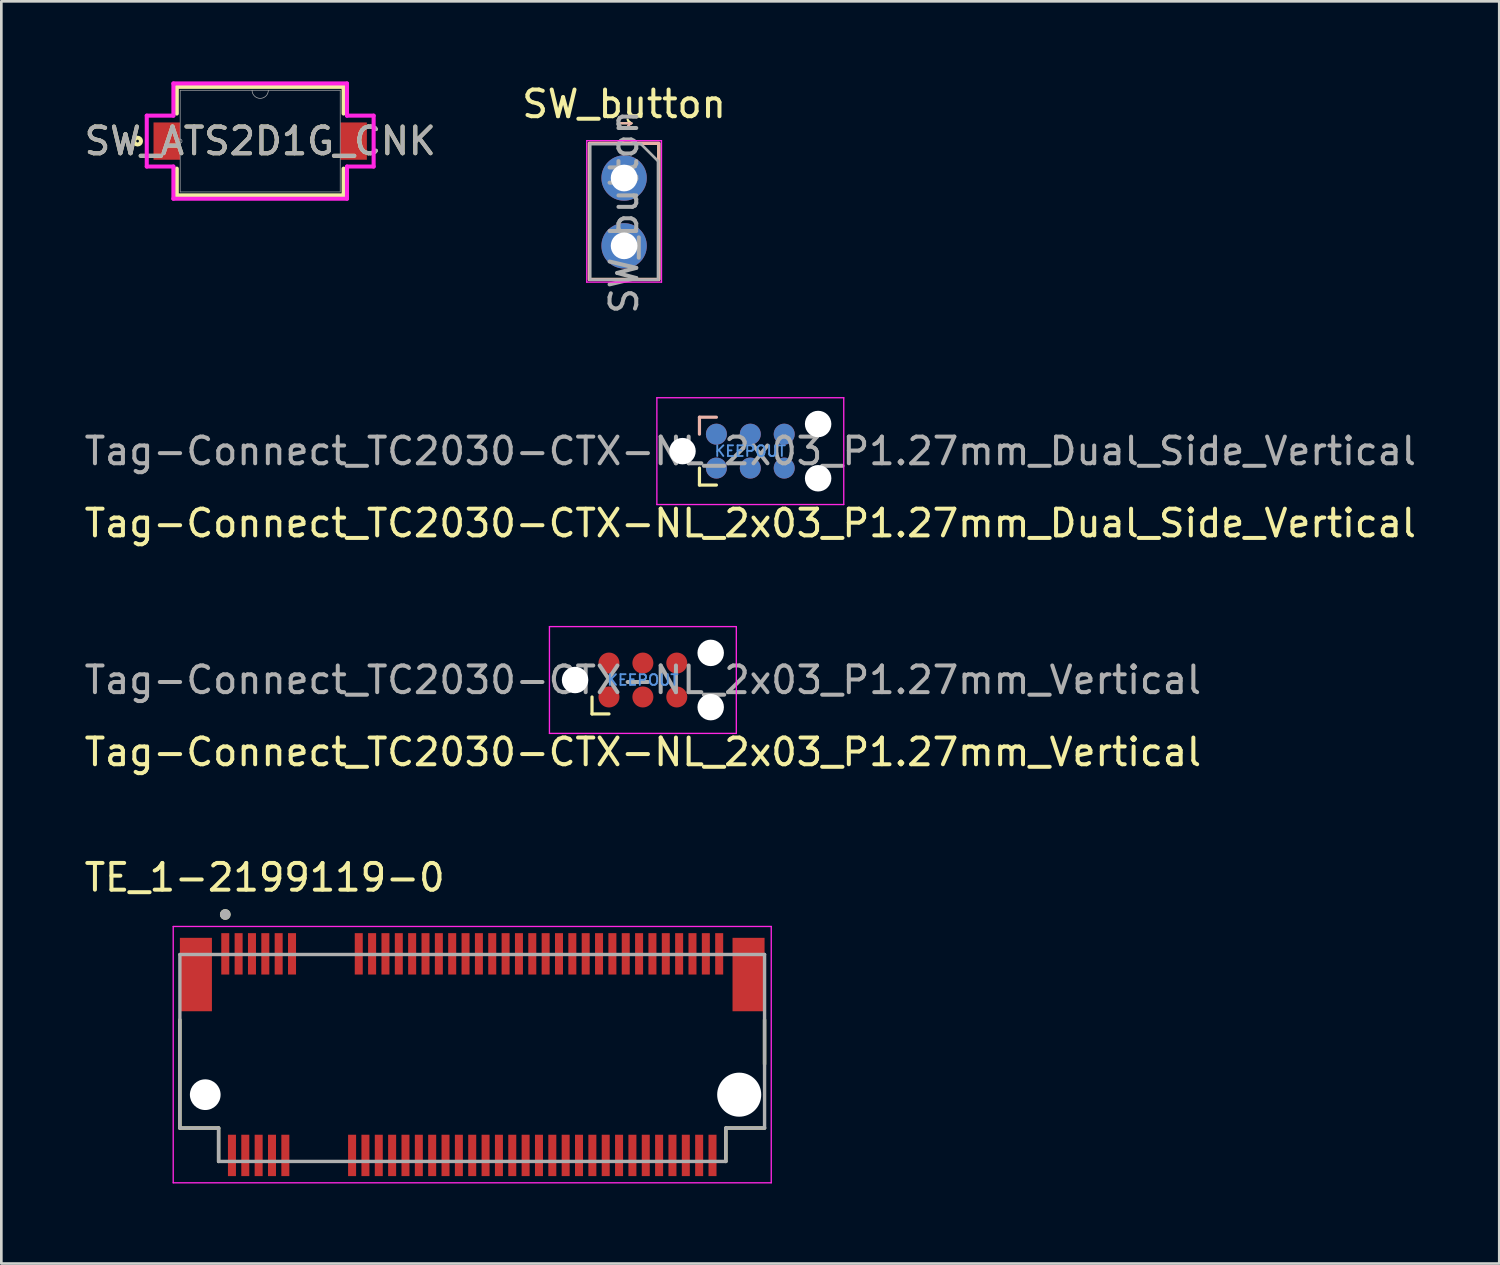
<source format=kicad_pcb>
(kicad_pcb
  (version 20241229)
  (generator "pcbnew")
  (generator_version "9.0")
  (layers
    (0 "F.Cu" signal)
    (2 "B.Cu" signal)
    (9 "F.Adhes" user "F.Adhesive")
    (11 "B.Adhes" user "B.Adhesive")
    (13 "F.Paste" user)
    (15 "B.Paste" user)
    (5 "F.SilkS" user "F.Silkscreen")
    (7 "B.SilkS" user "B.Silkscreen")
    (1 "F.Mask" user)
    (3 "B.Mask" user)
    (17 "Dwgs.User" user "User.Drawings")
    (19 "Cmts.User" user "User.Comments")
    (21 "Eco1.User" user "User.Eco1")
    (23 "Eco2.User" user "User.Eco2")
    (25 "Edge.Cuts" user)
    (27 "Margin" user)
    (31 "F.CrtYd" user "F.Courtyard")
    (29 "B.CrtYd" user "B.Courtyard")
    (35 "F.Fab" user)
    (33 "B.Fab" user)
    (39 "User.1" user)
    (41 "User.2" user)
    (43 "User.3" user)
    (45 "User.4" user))
  (footprint "SW_ATS2D1G_CNK"
    (layer "F.Cu")
    (at 6.696 2.235)
    (property "Reference" "SW_ATS2D1G_CNK" (at 0 0 0) (unlocked yes) (layer "F.SilkS") (effects (font (size 1 1) (thickness 0.15))))
    (attr smd)
    (fp_line (start -3.124 -2.032) (end -3.124 -1.031) (stroke (width 0.152) (type solid)) (layer "F.SilkS"))
    (fp_line (start -3.124 1.031) (end -3.124 2.032) (stroke (width 0.152) (type solid)) (layer "F.SilkS"))
    (fp_line (start -3.124 2.032) (end 3.124 2.032) (stroke (width 0.152) (type solid)) (layer "F.SilkS"))
    (fp_line (start 3.124 -2.032) (end -3.124 -2.032) (stroke (width 0.152) (type solid)) (layer "F.SilkS"))
    (fp_line (start 3.124 -1.031) (end 3.124 -2.032) (stroke (width 0.152) (type solid)) (layer "F.SilkS"))
    (fp_line (start 3.124 2.032) (end 3.124 1.031) (stroke (width 0.152) (type solid)) (layer "F.SilkS"))
    (fp_circle (center -4.592 0) (end -4.465 0) (stroke (width 0.152) (type solid)) (fill no) (layer "F.SilkS"))
    (fp_line (start -4.249 -0.953) (end -3.251 -0.953) (stroke (width 0.152) (type solid)) (layer "F.CrtYd"))
    (fp_line (start -4.249 0.953) (end -4.249 -0.953) (stroke (width 0.152) (type solid)) (layer "F.CrtYd"))
    (fp_line (start -4.249 0.953) (end -3.251 0.953) (stroke (width 0.152) (type solid)) (layer "F.CrtYd"))
    (fp_line (start -3.251 -2.159) (end 3.251 -2.159) (stroke (width 0.152) (type solid)) (layer "F.CrtYd"))
    (fp_line (start -3.251 -0.953) (end -3.251 -2.159) (stroke (width 0.152) (type solid)) (layer "F.CrtYd"))
    (fp_line (start -3.251 2.159) (end -3.251 0.953) (stroke (width 0.152) (type solid)) (layer "F.CrtYd"))
    (fp_line (start 3.251 -2.159) (end 3.251 -0.953) (stroke (width 0.152) (type solid)) (layer "F.CrtYd"))
    (fp_line (start 3.251 0.953) (end 3.251 2.159) (stroke (width 0.152) (type solid)) (layer "F.CrtYd"))
    (fp_line (start 3.251 2.159) (end -3.251 2.159) (stroke (width 0.152) (type solid)) (layer "F.CrtYd"))
    (fp_line (start 4.249 -0.953) (end 3.251 -0.953) (stroke (width 0.152) (type solid)) (layer "F.CrtYd"))
    (fp_line (start 4.249 -0.953) (end 4.249 0.953) (stroke (width 0.152) (type solid)) (layer "F.CrtYd"))
    (fp_line (start 4.249 0.953) (end 3.251 0.953) (stroke (width 0.152) (type solid)) (layer "F.CrtYd"))
    (fp_line (start -2.997 -1.905) (end -2.997 1.905) (stroke (width 0.025) (type solid)) (layer "F.Fab"))
    (fp_line (start -2.997 1.905) (end 2.997 1.905) (stroke (width 0.025) (type solid)) (layer "F.Fab"))
    (fp_line (start 2.997 -1.905) (end -2.997 -1.905) (stroke (width 0.025) (type solid)) (layer "F.Fab"))
    (fp_line (start 2.997 1.905) (end 2.997 -1.905) (stroke (width 0.025) (type solid)) (layer "F.Fab"))
    (fp_arc (start 0.3048 -1.905) (mid 0 -1.6002) (end -0.3048 -1.905) (stroke (width 0.0254) (type solid)) (layer "F.Fab"))
    (fp_circle (center -3.005 0) (end -2.928 0) (stroke (width 0.025) (type solid)) (fill no) (layer "F.Fab"))
    (fp_text user "${REFERENCE}" (at 0 0 0) (unlocked yes) (layer "F.Fab") (effects (font (size 1 1) (thickness 0.15))))
    (pad "1" smd rect (at -3.5 0) (size 0.991 1.397) (layers "F.Cu" "F.Mask" "F.Paste"))
    (pad "2" smd rect (at 3.5 0) (size 0.991 1.397) (layers "F.Cu" "F.Mask" "F.Paste")))
  (footprint "Tag-Connect_TC2030-CTX-NL_2x03_P1.27mm_Vertical"
    (layer "F.Cu")
    (at 21.03 22.421)
    (property "Reference" "Tag-Connect_TC2030-CTX-NL_2x03_P1.27mm_Vertical" (at 0 2.7 0) (layer "F.SilkS") (effects (font (size 1 1) (thickness 0.15))))
    (attr exclude_from_pos_files exclude_from_bom)
    (fp_line (start -1.905 1.27) (end -1.905 0.635) (stroke (width 0.12) (type solid)) (layer "F.SilkS"))
    (fp_line (start -1.27 1.27) (end -1.905 1.27) (stroke (width 0.12) (type solid)) (layer "F.SilkS"))
    (fp_line (start -3.5 -2) (end 3.5 -2) (stroke (width 0.05) (type solid)) (layer "F.CrtYd"))
    (fp_line (start -3.5 2) (end -3.5 -2) (stroke (width 0.05) (type solid)) (layer "F.CrtYd"))
    (fp_line (start 3.5 -2) (end 3.5 2) (stroke (width 0.05) (type solid)) (layer "F.CrtYd"))
    (fp_line (start 3.5 2) (end -3.5 2) (stroke (width 0.05) (type solid)) (layer "F.CrtYd"))
    (fp_text user "KEEPOUT" (at 0 0 0) (layer "Cmts.User") (effects (font (size 0.4 0.4) (thickness 0.07))))
    (fp_text user "${REFERENCE}" (at 0 0 0) (layer "F.Fab") (effects (font (size 1 1) (thickness 0.15))))
    (pad "" np_thru_hole circle (at -2.54 0) (size 0.991 0.991) (drill 0.991) (layers "*.Cu" "*.Mask"))
    (pad "" np_thru_hole circle (at 2.54 -1.016) (size 0.991 0.991) (drill 0.991) (layers "*.Cu" "*.Mask"))
    (pad "" np_thru_hole circle (at 2.54 1.016) (size 0.991 0.991) (drill 0.991) (layers "*.Cu" "*.Mask"))
    (pad "1" connect circle (at -1.27 0.635) (size 0.787 0.787) (layers "F.Cu" "F.Mask"))
    (pad "2" connect circle (at -1.27 -0.635) (size 0.787 0.787) (layers "F.Cu" "F.Mask"))
    (pad "4" connect circle (at 0 -0.635) (size 0.787 0.787) (layers "F.Cu" "F.Mask"))
    (pad "5" connect circle (at 1.27 0.635) (size 0.787 0.787) (layers "F.Cu" "F.Mask"))
    (pad "6" connect circle (at 1.27 -0.635) (size 0.787 0.787) (layers "F.Cu" "F.Mask"))
    (pad "10" connect circle (at 0 0.635) (size 0.787 0.787) (layers "F.Cu" "F.Mask"))
    (zone (net_name "") (layer "F.Cu") (hatch full 0.508) (connect_pads) (min_thickness 0.254) (filled_areas_thickness no) (keepout (tracks allowed) (vias not_allowed) (pads allowed) (copperpour not_allowed) (footprints not_allowed)) (placement (enabled no)) (fill) (polygon (pts (xy 22.3 21.786) (xy 19.76 21.786) (xy 19.76 23.056) (xy 22.3 23.056)))))
  (footprint "SW_button"
    (layer "F.Cu")
    (at 20.327 3.618)
    (property "Reference" "SW_button" (at 0 -2.77 0) (layer "F.SilkS") (effects (font (size 1 1) (thickness 0.15))))
    (attr through_hole)
    (fp_rect (start -1.3 -1.3) (end 1.3 3.8) (stroke (width 0.12) (type solid)) (fill no) (layer "F.SilkS"))
    (fp_rect (start -1.3 -1.3) (end 1.3 3.8) (stroke (width 0.12) (type solid)) (fill no) (layer "B.SilkS"))
    (fp_line (start -1.4 -1.4) (end 1.4 -1.4) (stroke (width 0.05) (type solid)) (layer "F.CrtYd"))
    (fp_line (start -1.4 3.9) (end -1.4 -1.4) (stroke (width 0.05) (type solid)) (layer "F.CrtYd"))
    (fp_line (start 1.4 -1.4) (end 1.4 3.9) (stroke (width 0.05) (type solid)) (layer "F.CrtYd"))
    (fp_line (start 1.4 3.9) (end -1.4 3.9) (stroke (width 0.05) (type solid)) (layer "F.CrtYd"))
    (fp_line (start -1.27 -1.27) (end 0.635 -1.27) (stroke (width 0.1) (type solid)) (layer "F.Fab"))
    (fp_line (start -1.27 3.81) (end -1.27 -1.27) (stroke (width 0.1) (type solid)) (layer "F.Fab"))
    (fp_line (start 0.635 -1.27) (end 1.27 -0.635) (stroke (width 0.1) (type solid)) (layer "F.Fab"))
    (fp_line (start 1.27 -0.635) (end 1.27 3.81) (stroke (width 0.1) (type solid)) (layer "F.Fab"))
    (fp_line (start 1.27 3.81) (end -1.27 3.81) (stroke (width 0.1) (type solid)) (layer "F.Fab"))
    (fp_text user "1" (at 0 -2.05 270) (unlocked yes) (layer "F.SilkS") (effects (font (size 0.5 0.5) (thickness 0.08))))
    (fp_text user "1" (at 0 -2.05 270) (unlocked yes) (layer "B.SilkS") (effects (font (size 0.5 0.5) (thickness 0.08)) (justify mirror)))
    (fp_text user "${REFERENCE}" (at 0 1.27 270) (layer "F.Fab") (effects (font (size 1 1) (thickness 0.15))))
    (pad "1" thru_hole circle (at 0 0) (size 1.7 1.7) (drill 1) (layers "*.Cu" "*.Mask"))
    (pad "2" thru_hole oval (at 0 2.54) (size 1.7 1.7) (drill 1) (layers "*.Cu" "*.Mask")))
  (footprint "Tag-Connect_TC2030-CTX-NL_2x03_P1.27mm_Dual_Side_Vertical"
    (layer "F.Cu")
    (at 25.054 13.848)
    (property "Reference" "Tag-Connect_TC2030-CTX-NL_2x03_P1.27mm_Dual_Side_Vertical" (at 0 2.7 0) (layer "F.SilkS") (effects (font (size 1 1) (thickness 0.15))))
    (attr exclude_from_pos_files exclude_from_bom)
    (fp_line (start -1.905 1.27) (end -1.905 0.635) (stroke (width 0.12) (type solid)) (layer "F.SilkS"))
    (fp_line (start -1.27 1.27) (end -1.905 1.27) (stroke (width 0.12) (type solid)) (layer "F.SilkS"))
    (fp_line (start -1.905 -1.27) (end -1.27 -1.27) (stroke (width 0.12) (type solid)) (layer "B.SilkS"))
    (fp_line (start -1.905 -0.635) (end -1.905 -1.27) (stroke (width 0.12) (type solid)) (layer "B.SilkS"))
    (fp_line (start -3.5 -2) (end 3.5 -2) (stroke (width 0.05) (type solid)) (layer "F.CrtYd"))
    (fp_line (start -3.5 2) (end -3.5 -2) (stroke (width 0.05) (type solid)) (layer "F.CrtYd"))
    (fp_line (start 3.5 -2) (end 3.5 2) (stroke (width 0.05) (type solid)) (layer "F.CrtYd"))
    (fp_line (start 3.5 2) (end -3.5 2) (stroke (width 0.05) (type solid)) (layer "F.CrtYd"))
    (fp_text user "KEEPOUT" (at 0 0 0) (layer "Cmts.User") (effects (font (size 0.4 0.4) (thickness 0.07))))
    (fp_text user "${REFERENCE}" (at 0 0 0) (layer "F.Fab") (effects (font (size 1 1) (thickness 0.15))))
    (pad "" np_thru_hole circle (at -2.54 0) (size 0.991 0.991) (drill 0.991) (layers "*.Cu" "*.Mask"))
    (pad "" np_thru_hole circle (at 2.54 -1.016) (size 0.991 0.991) (drill 0.991) (layers "*.Cu" "*.Mask"))
    (pad "" np_thru_hole circle (at 2.54 1.016) (size 0.991 0.991) (drill 0.991) (layers "*.Cu" "*.Mask"))
    (pad "1" connect circle (at -1.27 -0.635 180) (size 0.787 0.787) (layers "B.Cu" "B.Mask"))
    (pad "1" connect circle (at -1.27 0.635) (size 0.787 0.787) (layers "F.Cu" "F.Mask"))
    (pad "2" connect circle (at -1.27 -0.635) (size 0.787 0.787) (layers "F.Cu" "F.Mask"))
    (pad "2" connect circle (at -1.27 0.635 180) (size 0.787 0.787) (layers "B.Cu" "B.Mask"))
    (pad "4" connect circle (at 0 -0.635) (size 0.787 0.787) (layers "F.Cu" "F.Mask"))
    (pad "4" connect circle (at 0 0.635 180) (size 0.787 0.787) (layers "B.Cu" "B.Mask"))
    (pad "5" connect circle (at 1.27 -0.635 180) (size 0.787 0.787) (layers "B.Cu" "B.Mask"))
    (pad "5" connect circle (at 1.27 0.635) (size 0.787 0.787) (layers "F.Cu" "F.Mask"))
    (pad "6" connect circle (at 1.27 -0.635) (size 0.787 0.787) (layers "F.Cu" "F.Mask"))
    (pad "6" connect circle (at 1.27 0.635 180) (size 0.787 0.787) (layers "B.Cu" "B.Mask"))
    (pad "10" connect circle (at 0 -0.635 180) (size 0.787 0.787) (layers "B.Cu" "B.Mask"))
    (pad "10" connect circle (at 0 0.635) (size 0.787 0.787) (layers "F.Cu" "F.Mask"))
    (zone (net_name "") (layer "F.Cu") (hatch full 0.508) (connect_pads) (min_thickness 0.254) (filled_areas_thickness no) (keepout (tracks allowed) (vias not_allowed) (pads allowed) (copperpour not_allowed) (footprints not_allowed)) (placement (enabled no)) (fill) (polygon (pts (xy 26.324 13.213) (xy 23.784 13.213) (xy 23.784 14.483) (xy 26.324 14.483)))))
  (footprint "TE_1-2199119-0"
    (layer "F.Cu")
    (at 14.638 37.953)
    (property "Reference" "TE_1-2199119-0" (at -7.775 -8.135 0) (layer "F.SilkS") (effects (font (size 1 1) (thickness 0.15))))
    (attr smd)
    (fp_line (start -10.95 -2.805) (end -10.95 1.25) (stroke (width 0.127) (type solid)) (layer "F.SilkS"))
    (fp_line (start -10.95 1.25) (end -9.5 1.25) (stroke (width 0.127) (type solid)) (layer "F.SilkS"))
    (fp_line (start -9.5 1.25) (end -9.5 2.5) (stroke (width 0.127) (type solid)) (layer "F.SilkS"))
    (fp_line (start 9.5 1.25) (end 10.95 1.25) (stroke (width 0.127) (type solid)) (layer "F.SilkS"))
    (fp_line (start 9.5 2.5) (end 9.5 1.25) (stroke (width 0.127) (type solid)) (layer "F.SilkS"))
    (fp_line (start 10.95 -2.805) (end 10.95 -1.145) (stroke (width 0.127) (type solid)) (layer "F.SilkS"))
    (fp_circle (center -9.25 -6.75) (end -9.15 -6.75) (stroke (width 0.2) (type solid)) (fill no) (layer "F.SilkS"))
    (fp_line (start -11.2 -6.3) (end 11.2 -6.3) (stroke (width 0.05) (type solid)) (layer "F.CrtYd"))
    (fp_line (start -11.2 3.3) (end -11.2 -6.3) (stroke (width 0.05) (type solid)) (layer "F.CrtYd"))
    (fp_line (start 11.2 -6.3) (end 11.2 3.3) (stroke (width 0.05) (type solid)) (layer "F.CrtYd"))
    (fp_line (start 11.2 3.3) (end -11.2 3.3) (stroke (width 0.05) (type solid)) (layer "F.CrtYd"))
    (fp_line (start -10.95 -5.25) (end 10.95 -5.25) (stroke (width 0.127) (type solid)) (layer "F.Fab"))
    (fp_line (start -10.95 1.25) (end -10.95 -5.25) (stroke (width 0.127) (type solid)) (layer "F.Fab"))
    (fp_line (start -9.5 1.25) (end -10.95 1.25) (stroke (width 0.127) (type solid)) (layer "F.Fab"))
    (fp_line (start -9.5 2.5) (end -9.5 1.25) (stroke (width 0.127) (type solid)) (layer "F.Fab"))
    (fp_line (start 9.5 1.25) (end 9.5 2.5) (stroke (width 0.127) (type solid)) (layer "F.Fab"))
    (fp_line (start 9.5 2.5) (end -9.5 2.5) (stroke (width 0.127) (type solid)) (layer "F.Fab"))
    (fp_line (start 10.95 -5.25) (end 10.95 1.25) (stroke (width 0.127) (type solid)) (layer "F.Fab"))
    (fp_line (start 10.95 1.25) (end 9.5 1.25) (stroke (width 0.127) (type solid)) (layer "F.Fab"))
    (fp_circle (center -9.25 -6.75) (end -9.15 -6.75) (stroke (width 0.2) (type solid)) (fill no) (layer "F.Fab"))
    (pad "" np_thru_hole circle (at -10 0) (size 1.15 1.15) (drill 1.15) (layers "*.Cu" "*.Mask"))
    (pad "" np_thru_hole circle (at 10 0) (size 1.65 1.65) (drill 1.65) (layers "*.Cu" "*.Mask"))
    (pad "1" smd rect (at -9.25 -5.275) (size 0.3 1.55) (layers "F.Cu" "F.Mask" "F.Paste"))
    (pad "2" smd rect (at -9 2.275) (size 0.3 1.55) (layers "F.Cu" "F.Mask" "F.Paste"))
    (pad "3" smd rect (at -10.35 -4.5) (size 1.2 2.75) (layers "F.Cu" "F.Mask" "F.Paste"))
    (pad "3" smd rect (at -8.75 -5.275) (size 0.3 1.55) (layers "F.Cu" "F.Mask" "F.Paste"))
    (pad "3" smd rect (at 10.35 -4.5) (size 1.2 2.75) (layers "F.Cu" "F.Mask" "F.Paste"))
    (pad "4" smd rect (at -8.5 2.275) (size 0.3 1.55) (layers "F.Cu" "F.Mask" "F.Paste"))
    (pad "5" smd rect (at -8.25 -5.275) (size 0.3 1.55) (layers "F.Cu" "F.Mask" "F.Paste"))
    (pad "6" smd rect (at -8 2.275) (size 0.3 1.55) (layers "F.Cu" "F.Mask" "F.Paste"))
    (pad "7" smd rect (at -7.75 -5.275) (size 0.3 1.55) (layers "F.Cu" "F.Mask" "F.Paste"))
    (pad "8" smd rect (at -7.5 2.275) (size 0.3 1.55) (layers "F.Cu" "F.Mask" "F.Paste"))
    (pad "9" smd rect (at -7.25 -5.275) (size 0.3 1.55) (layers "F.Cu" "F.Mask" "F.Paste"))
    (pad "10" smd rect (at -7 2.275) (size 0.3 1.55) (layers "F.Cu" "F.Mask" "F.Paste"))
    (pad "11" smd rect (at -6.75 -5.275) (size 0.3 1.55) (layers "F.Cu" "F.Mask" "F.Paste"))
    (pad "20" smd rect (at -4.5 2.275) (size 0.3 1.55) (layers "F.Cu" "F.Mask" "F.Paste"))
    (pad "21" smd rect (at -4.25 -5.275) (size 0.3 1.55) (layers "F.Cu" "F.Mask" "F.Paste"))
    (pad "22" smd rect (at -4 2.275) (size 0.3 1.55) (layers "F.Cu" "F.Mask" "F.Paste"))
    (pad "23" smd rect (at -3.75 -5.275) (size 0.3 1.55) (layers "F.Cu" "F.Mask" "F.Paste"))
    (pad "24" smd rect (at -3.5 2.275) (size 0.3 1.55) (layers "F.Cu" "F.Mask" "F.Paste"))
    (pad "25" smd rect (at -3.25 -5.275) (size 0.3 1.55) (layers "F.Cu" "F.Mask" "F.Paste"))
    (pad "26" smd rect (at -3 2.275) (size 0.3 1.55) (layers "F.Cu" "F.Mask" "F.Paste"))
    (pad "27" smd rect (at -2.75 -5.275) (size 0.3 1.55) (layers "F.Cu" "F.Mask" "F.Paste"))
    (pad "28" smd rect (at -2.5 2.275) (size 0.3 1.55) (layers "F.Cu" "F.Mask" "F.Paste"))
    (pad "29" smd rect (at -2.25 -5.275) (size 0.3 1.55) (layers "F.Cu" "F.Mask" "F.Paste"))
    (pad "30" smd rect (at -2 2.275) (size 0.3 1.55) (layers "F.Cu" "F.Mask" "F.Paste"))
    (pad "31" smd rect (at -1.75 -5.275) (size 0.3 1.55) (layers "F.Cu" "F.Mask" "F.Paste"))
    (pad "32" smd rect (at -1.5 2.275) (size 0.3 1.55) (layers "F.Cu" "F.Mask" "F.Paste"))
    (pad "33" smd rect (at -1.25 -5.275) (size 0.3 1.55) (layers "F.Cu" "F.Mask" "F.Paste"))
    (pad "34" smd rect (at -1 2.275) (size 0.3 1.55) (layers "F.Cu" "F.Mask" "F.Paste"))
    (pad "35" smd rect (at -0.75 -5.275) (size 0.3 1.55) (layers "F.Cu" "F.Mask" "F.Paste"))
    (pad "36" smd rect (at -0.5 2.275) (size 0.3 1.55) (layers "F.Cu" "F.Mask" "F.Paste"))
    (pad "37" smd rect (at -0.25 -5.275) (size 0.3 1.55) (layers "F.Cu" "F.Mask" "F.Paste"))
    (pad "38" smd rect (at 0 2.275) (size 0.3 1.55) (layers "F.Cu" "F.Mask" "F.Paste"))
    (pad "39" smd rect (at 0.25 -5.275) (size 0.3 1.55) (layers "F.Cu" "F.Mask" "F.Paste"))
    (pad "40" smd rect (at 0.5 2.275) (size 0.3 1.55) (layers "F.Cu" "F.Mask" "F.Paste"))
    (pad "41" smd rect (at 0.75 -5.275) (size 0.3 1.55) (layers "F.Cu" "F.Mask" "F.Paste"))
    (pad "42" smd rect (at 1 2.275) (size 0.3 1.55) (layers "F.Cu" "F.Mask" "F.Paste"))
    (pad "43" smd rect (at 1.25 -5.275) (size 0.3 1.55) (layers "F.Cu" "F.Mask" "F.Paste"))
    (pad "44" smd rect (at 1.5 2.275) (size 0.3 1.55) (layers "F.Cu" "F.Mask" "F.Paste"))
    (pad "45" smd rect (at 1.75 -5.275) (size 0.3 1.55) (layers "F.Cu" "F.Mask" "F.Paste"))
    (pad "46" smd rect (at 2 2.275) (size 0.3 1.55) (layers "F.Cu" "F.Mask" "F.Paste"))
    (pad "47" smd rect (at 2.25 -5.275) (size 0.3 1.55) (layers "F.Cu" "F.Mask" "F.Paste"))
    (pad "48" smd rect (at 2.5 2.275) (size 0.3 1.55) (layers "F.Cu" "F.Mask" "F.Paste"))
    (pad "49" smd rect (at 2.75 -5.275) (size 0.3 1.55) (layers "F.Cu" "F.Mask" "F.Paste"))
    (pad "50" smd rect (at 3 2.275) (size 0.3 1.55) (layers "F.Cu" "F.Mask" "F.Paste"))
    (pad "51" smd rect (at 3.25 -5.275) (size 0.3 1.55) (layers "F.Cu" "F.Mask" "F.Paste"))
    (pad "52" smd rect (at 3.5 2.275) (size 0.3 1.55) (layers "F.Cu" "F.Mask" "F.Paste"))
    (pad "53" smd rect (at 3.75 -5.275) (size 0.3 1.55) (layers "F.Cu" "F.Mask" "F.Paste"))
    (pad "54" smd rect (at 4 2.275) (size 0.3 1.55) (layers "F.Cu" "F.Mask" "F.Paste"))
    (pad "55" smd rect (at 4.25 -5.275) (size 0.3 1.55) (layers "F.Cu" "F.Mask" "F.Paste"))
    (pad "56" smd rect (at 4.5 2.275) (size 0.3 1.55) (layers "F.Cu" "F.Mask" "F.Paste"))
    (pad "57" smd rect (at 4.75 -5.275) (size 0.3 1.55) (layers "F.Cu" "F.Mask" "F.Paste"))
    (pad "58" smd rect (at 5 2.275) (size 0.3 1.55) (layers "F.Cu" "F.Mask" "F.Paste"))
    (pad "59" smd rect (at 5.25 -5.275) (size 0.3 1.55) (layers "F.Cu" "F.Mask" "F.Paste"))
    (pad "60" smd rect (at 5.5 2.275) (size 0.3 1.55) (layers "F.Cu" "F.Mask" "F.Paste"))
    (pad "61" smd rect (at 5.75 -5.275) (size 0.3 1.55) (layers "F.Cu" "F.Mask" "F.Paste"))
    (pad "62" smd rect (at 6 2.275) (size 0.3 1.55) (layers "F.Cu" "F.Mask" "F.Paste"))
    (pad "63" smd rect (at 6.25 -5.275) (size 0.3 1.55) (layers "F.Cu" "F.Mask" "F.Paste"))
    (pad "64" smd rect (at 6.5 2.275) (size 0.3 1.55) (layers "F.Cu" "F.Mask" "F.Paste"))
    (pad "65" smd rect (at 6.75 -5.275) (size 0.3 1.55) (layers "F.Cu" "F.Mask" "F.Paste"))
    (pad "66" smd rect (at 7 2.275) (size 0.3 1.55) (layers "F.Cu" "F.Mask" "F.Paste"))
    (pad "67" smd rect (at 7.25 -5.275) (size 0.3 1.55) (layers "F.Cu" "F.Mask" "F.Paste"))
    (pad "68" smd rect (at 7.5 2.275) (size 0.3 1.55) (layers "F.Cu" "F.Mask" "F.Paste"))
    (pad "69" smd rect (at 7.75 -5.275) (size 0.3 1.55) (layers "F.Cu" "F.Mask" "F.Paste"))
    (pad "70" smd rect (at 8 2.275) (size 0.3 1.55) (layers "F.Cu" "F.Mask" "F.Paste"))
    (pad "71" smd rect (at 8.25 -5.275) (size 0.3 1.55) (layers "F.Cu" "F.Mask" "F.Paste"))
    (pad "72" smd rect (at 8.5 2.275) (size 0.3 1.55) (layers "F.Cu" "F.Mask" "F.Paste"))
    (pad "73" smd rect (at 8.75 -5.275) (size 0.3 1.55) (layers "F.Cu" "F.Mask" "F.Paste"))
    (pad "74" smd rect (at 9 2.275) (size 0.3 1.55) (layers "F.Cu" "F.Mask" "F.Paste"))
    (pad "75" smd rect (at 9.25 -5.275) (size 0.3 1.55) (layers "F.Cu" "F.Mask" "F.Paste")))
  (gr_rect
    (start -3 -3)
    (end 53.107 44.278)
    (stroke (width 0.1) (type default))
    (fill no)
    (layer "Edge.Cuts")))
</source>
